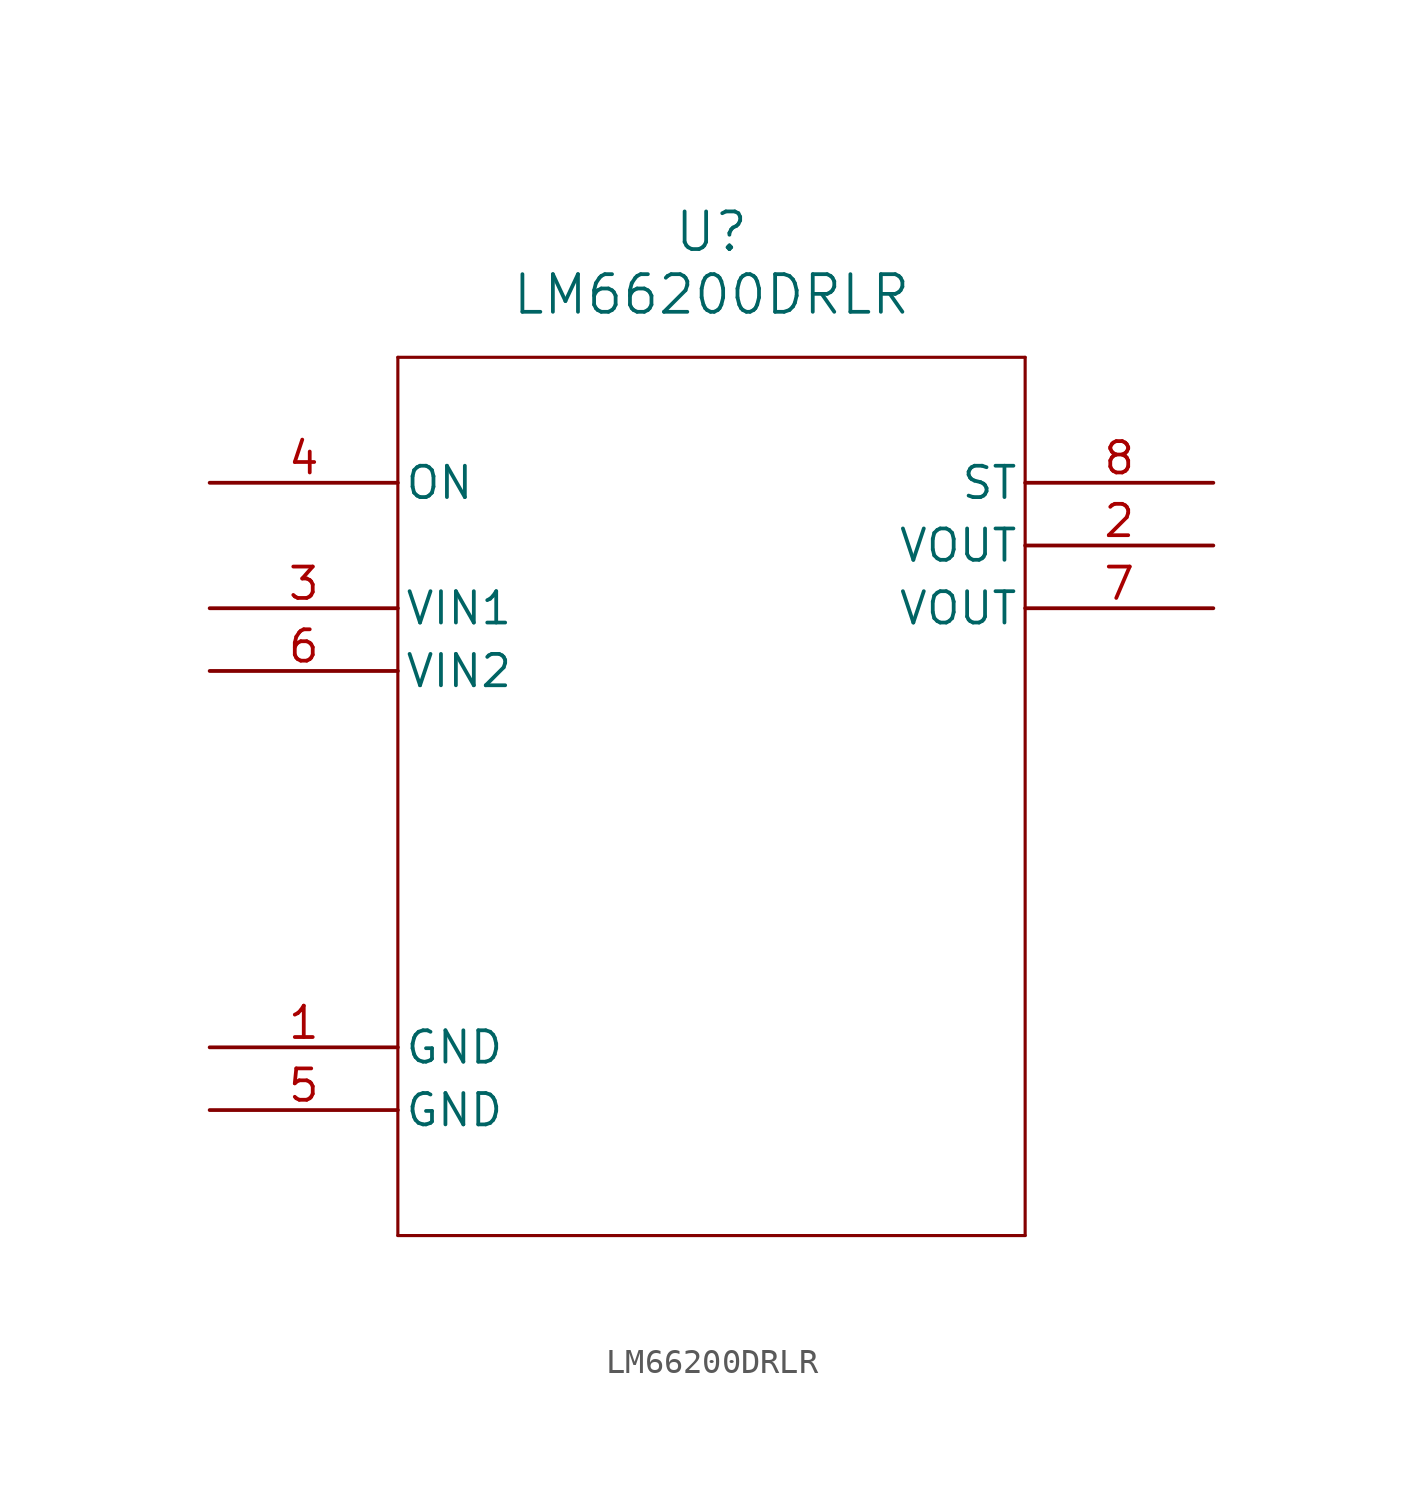
<source format=kicad_sym>
(kicad_symbol_lib
  (version 20211014)
  (generator kicad_symbol_editor)
  (symbol "LM66200DRLR"
    (pin_names
      (offset 0.254))
    (property "Reference" "U"
      (at 20.32 10.16 0)
      (effects (font (size 1.524 1.524))))
    (property "Value" "LM66200DRLR"
      (at 20.32 7.62 0)
      (effects (font (size 1.524 1.524))))
    (symbol "LM66200DRLR_0_1"
      (polyline (pts (xy 7.62 5.08) (xy 7.62 -30.48)) (stroke (width 0.127) (type default) (color 0 0 0 0)) (fill (type none)))
      (polyline (pts (xy 7.62 -30.48) (xy 33.02 -30.48)) (stroke (width 0.127) (type default) (color 0 0 0 0)) (fill (type none)))
      (polyline (pts (xy 33.02 -30.48) (xy 33.02 5.08)) (stroke (width 0.127) (type default) (color 0 0 0 0)) (fill (type none)))
      (polyline (pts (xy 33.02 5.08) (xy 7.62 5.08)) (stroke (width 0.127) (type default) (color 0 0 0 0)) (fill (type none)))
      (pin power_out line (at 0 -22.86 0) (length 7.62) (name "GND" (effects (font (size 1.27 1.27)))) (number "1" (effects (font (size 1.27 1.27)))))
      (pin power_in line (at 40.64 -2.54 180) (length 7.62) (name "VOUT" (effects (font (size 1.27 1.27)))) (number "2" (effects (font (size 1.27 1.27)))))
      (pin input line (at 0 -5.08 0) (length 7.62) (name "VIN1" (effects (font (size 1.27 1.27)))) (number "3" (effects (font (size 1.27 1.27)))))
      (pin input line (at 0 0 0) (length 7.62) (name "ON" (effects (font (size 1.27 1.27)))) (number "4" (effects (font (size 1.27 1.27)))))
      (pin power_out line (at 0 -25.4 0) (length 7.62) (name "GND" (effects (font (size 1.27 1.27)))) (number "5" (effects (font (size 1.27 1.27)))))
      (pin input line (at 0 -7.62 0) (length 7.62) (name "VIN2" (effects (font (size 1.27 1.27)))) (number "6" (effects (font (size 1.27 1.27)))))
      (pin output line (at 40.64 -5.08 180) (length 7.62) (name "VOUT" (effects (font (size 1.27 1.27)))) (number "7" (effects (font (size 1.27 1.27)))))
      (pin output line (at 40.64 0 180) (length 7.62) (name "ST" (effects (font (size 1.27 1.27)))) (number "8" (effects (font (size 1.27 1.27))))))))
</source>
